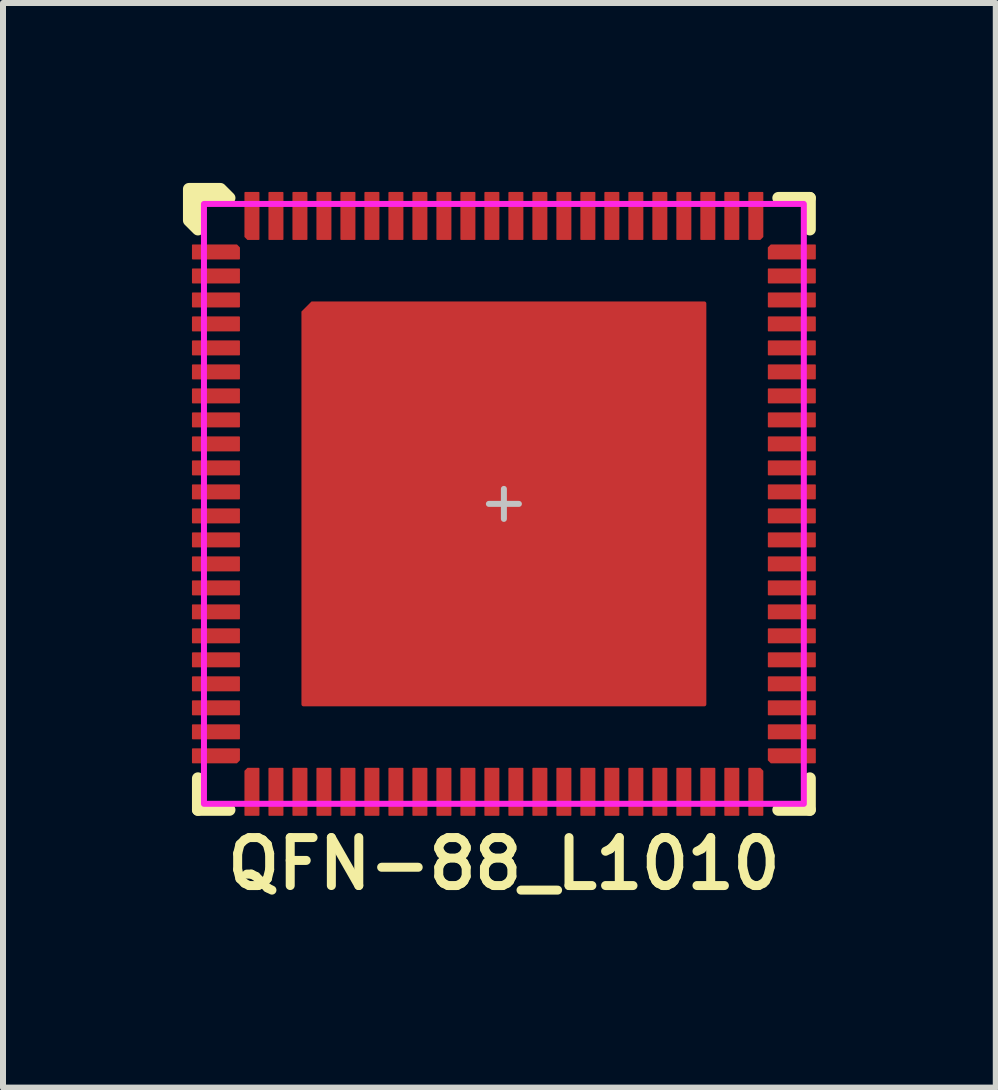
<source format=kicad_pcb>
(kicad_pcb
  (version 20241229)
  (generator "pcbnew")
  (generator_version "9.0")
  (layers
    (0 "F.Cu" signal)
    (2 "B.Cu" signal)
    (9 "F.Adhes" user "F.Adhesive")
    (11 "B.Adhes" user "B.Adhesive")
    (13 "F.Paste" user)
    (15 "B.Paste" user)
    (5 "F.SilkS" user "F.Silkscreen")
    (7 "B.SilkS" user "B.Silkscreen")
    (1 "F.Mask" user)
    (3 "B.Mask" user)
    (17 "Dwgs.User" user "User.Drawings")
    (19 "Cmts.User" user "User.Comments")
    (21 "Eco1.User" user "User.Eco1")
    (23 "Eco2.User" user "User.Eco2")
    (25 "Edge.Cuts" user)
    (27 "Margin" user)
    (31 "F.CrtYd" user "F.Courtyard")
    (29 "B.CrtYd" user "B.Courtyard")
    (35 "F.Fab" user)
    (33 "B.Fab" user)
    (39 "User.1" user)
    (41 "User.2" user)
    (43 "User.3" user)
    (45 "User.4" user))
  (footprint "QFN-88_L1010"
    (layer "F.Cu")
    (at 5.35 5.35)
    (property "Reference" "QFN-88_L1010" (at 0 6 0) (unlocked yes) (layer "F.SilkS") (effects (font (size 0.8 0.8) (thickness 0.15))))
    (attr smd)
    (fp_line (start -5.1 4.575) (end -5.1 5.1) (stroke (width 0.2) (type solid)) (layer "F.SilkS"))
    (fp_line (start -5.1 5.1) (end -4.575 5.1) (stroke (width 0.2) (type solid)) (layer "F.SilkS"))
    (fp_line (start 4.575 5.1) (end 5.1 5.1) (stroke (width 0.2) (type solid)) (layer "F.SilkS"))
    (fp_line (start 5.1 -5.1) (end 4.575 -5.1) (stroke (width 0.2) (type solid)) (layer "F.SilkS"))
    (fp_line (start 5.1 -4.575) (end 5.1 -5.1) (stroke (width 0.2) (type solid)) (layer "F.SilkS"))
    (fp_line (start 5.1 5.1) (end 5.1 4.575) (stroke (width 0.2) (type solid)) (layer "F.SilkS"))
    (fp_poly (pts (xy -4.575 -5.1) (xy -5.1 -5.1) (xy -5.1 -4.575) (xy -5.25 -4.725) (xy -5.25 -5.25) (xy -4.725 -5.25)) (stroke (width 0.2) (type solid)) (fill yes) (layer "F.SilkS"))
    (fp_rect (start -3.25 -1.925) (end -2.05 -0.725) (stroke (width 0) (type solid)) (fill yes) (layer "F.Paste"))
    (fp_rect (start -3.25 -0.6) (end -2.05 0.6) (stroke (width 0) (type solid)) (fill yes) (layer "F.Paste"))
    (fp_rect (start -3.25 0.725) (end -2.05 1.925) (stroke (width 0) (type solid)) (fill yes) (layer "F.Paste"))
    (fp_rect (start -3.25 2.05) (end -2.05 3.25) (stroke (width 0) (type solid)) (fill yes) (layer "F.Paste"))
    (fp_rect (start -1.925 -3.25) (end -0.725 -2.05) (stroke (width 0) (type solid)) (fill yes) (layer "F.Paste"))
    (fp_rect (start -1.925 -1.925) (end -0.725 -0.725) (stroke (width 0) (type solid)) (fill yes) (layer "F.Paste"))
    (fp_rect (start -1.925 -0.6) (end -0.725 0.6) (stroke (width 0) (type solid)) (fill yes) (layer "F.Paste"))
    (fp_rect (start -1.925 0.725) (end -0.725 1.925) (stroke (width 0) (type solid)) (fill yes) (layer "F.Paste"))
    (fp_rect (start -1.925 2.05) (end -0.725 3.25) (stroke (width 0) (type solid)) (fill yes) (layer "F.Paste"))
    (fp_rect (start -0.6 -3.25) (end 0.6 -2.05) (stroke (width 0) (type solid)) (fill yes) (layer "F.Paste"))
    (fp_rect (start -0.6 -1.925) (end 0.6 -0.725) (stroke (width 0) (type solid)) (fill yes) (layer "F.Paste"))
    (fp_rect (start -0.6 -0.6) (end 0.6 0.6) (stroke (width 0) (type solid)) (fill yes) (layer "F.Paste"))
    (fp_rect (start -0.6 0.725) (end 0.6 1.925) (stroke (width 0) (type solid)) (fill yes) (layer "F.Paste"))
    (fp_rect (start -0.6 2.05) (end 0.6 3.25) (stroke (width 0) (type solid)) (fill yes) (layer "F.Paste"))
    (fp_rect (start 0.725 -3.25) (end 1.925 -2.05) (stroke (width 0) (type solid)) (fill yes) (layer "F.Paste"))
    (fp_rect (start 0.725 -1.925) (end 1.925 -0.725) (stroke (width 0) (type solid)) (fill yes) (layer "F.Paste"))
    (fp_rect (start 0.725 -0.6) (end 1.925 0.6) (stroke (width 0) (type solid)) (fill yes) (layer "F.Paste"))
    (fp_rect (start 0.725 0.725) (end 1.925 1.925) (stroke (width 0) (type solid)) (fill yes) (layer "F.Paste"))
    (fp_rect (start 0.725 2.05) (end 1.925 3.25) (stroke (width 0) (type solid)) (fill yes) (layer "F.Paste"))
    (fp_rect (start 2.05 -3.25) (end 3.25 -2.05) (stroke (width 0) (type solid)) (fill yes) (layer "F.Paste"))
    (fp_rect (start 2.05 -1.925) (end 3.25 -0.725) (stroke (width 0) (type solid)) (fill yes) (layer "F.Paste"))
    (fp_rect (start 2.05 -0.6) (end 3.25 0.6) (stroke (width 0) (type solid)) (fill yes) (layer "F.Paste"))
    (fp_rect (start 2.05 0.725) (end 3.25 1.925) (stroke (width 0) (type solid)) (fill yes) (layer "F.Paste"))
    (fp_rect (start 2.05 2.05) (end 3.25 3.25) (stroke (width 0) (type solid)) (fill yes) (layer "F.Paste"))
    (fp_poly (pts (xy -2.05 -2.05) (xy -3.25 -2.05) (xy -3.25 -3.125) (xy -3.125 -3.25) (xy -2.05 -3.25)) (stroke (width 0) (type solid)) (fill yes) (layer "F.Paste"))
    (fp_line (start -0.25 0) (end 0.25 0) (stroke (width 0.1) (type solid)) (layer "Dwgs.User"))
    (fp_line (start 0 -0.25) (end 0 0.25) (stroke (width 0.1) (type solid)) (layer "Dwgs.User"))
    (fp_rect (start -5 -5) (end 5 5) (stroke (width 0.1) (type solid)) (fill no) (layer "F.CrtYd"))
    (pad "1" smd roundrect (at -4.8 -4.2) (size 0.8 0.25) (layers "F.Cu" "F.Mask" "F.Paste") (roundrect_rratio 0.05) (chamfer_ratio 0.2) (chamfer top_right))
    (pad "2" smd roundrect (at -4.8 -3.8) (size 0.8 0.25) (layers "F.Cu" "F.Mask" "F.Paste") (roundrect_rratio 0.05))
    (pad "3" smd roundrect (at -4.8 -3.4) (size 0.8 0.25) (layers "F.Cu" "F.Mask" "F.Paste") (roundrect_rratio 0.05))
    (pad "4" smd roundrect (at -4.8 -3) (size 0.8 0.25) (layers "F.Cu" "F.Mask" "F.Paste") (roundrect_rratio 0.05))
    (pad "5" smd roundrect (at -4.8 -2.6) (size 0.8 0.25) (layers "F.Cu" "F.Mask" "F.Paste") (roundrect_rratio 0.05))
    (pad "6" smd roundrect (at -4.8 -2.2) (size 0.8 0.25) (layers "F.Cu" "F.Mask" "F.Paste") (roundrect_rratio 0.05))
    (pad "7" smd roundrect (at -4.8 -1.8) (size 0.8 0.25) (layers "F.Cu" "F.Mask" "F.Paste") (roundrect_rratio 0.05))
    (pad "8" smd roundrect (at -4.8 -1.4) (size 0.8 0.25) (layers "F.Cu" "F.Mask" "F.Paste") (roundrect_rratio 0.05))
    (pad "9" smd roundrect (at -4.8 -1) (size 0.8 0.25) (layers "F.Cu" "F.Mask" "F.Paste") (roundrect_rratio 0.05))
    (pad "10" smd roundrect (at -4.8 -0.6) (size 0.8 0.25) (layers "F.Cu" "F.Mask" "F.Paste") (roundrect_rratio 0.05))
    (pad "11" smd roundrect (at -4.8 -0.2) (size 0.8 0.25) (layers "F.Cu" "F.Mask" "F.Paste") (roundrect_rratio 0.05))
    (pad "12" smd roundrect (at -4.8 0.2) (size 0.8 0.25) (layers "F.Cu" "F.Mask" "F.Paste") (roundrect_rratio 0.05))
    (pad "13" smd roundrect (at -4.8 0.6) (size 0.8 0.25) (layers "F.Cu" "F.Mask" "F.Paste") (roundrect_rratio 0.05))
    (pad "14" smd roundrect (at -4.8 1) (size 0.8 0.25) (layers "F.Cu" "F.Mask" "F.Paste") (roundrect_rratio 0.05))
    (pad "15" smd roundrect (at -4.8 1.4) (size 0.8 0.25) (layers "F.Cu" "F.Mask" "F.Paste") (roundrect_rratio 0.05))
    (pad "16" smd roundrect (at -4.8 1.8) (size 0.8 0.25) (layers "F.Cu" "F.Mask" "F.Paste") (roundrect_rratio 0.05))
    (pad "17" smd roundrect (at -4.8 2.2) (size 0.8 0.25) (layers "F.Cu" "F.Mask" "F.Paste") (roundrect_rratio 0.05))
    (pad "18" smd roundrect (at -4.8 2.6) (size 0.8 0.25) (layers "F.Cu" "F.Mask" "F.Paste") (roundrect_rratio 0.05))
    (pad "19" smd roundrect (at -4.8 3) (size 0.8 0.25) (layers "F.Cu" "F.Mask" "F.Paste") (roundrect_rratio 0.05))
    (pad "20" smd roundrect (at -4.8 3.4) (size 0.8 0.25) (layers "F.Cu" "F.Mask" "F.Paste") (roundrect_rratio 0.05))
    (pad "21" smd roundrect (at -4.8 3.8) (size 0.8 0.25) (layers "F.Cu" "F.Mask" "F.Paste") (roundrect_rratio 0.05))
    (pad "22" smd roundrect (at -4.8 4.2) (size 0.8 0.25) (layers "F.Cu" "F.Mask" "F.Paste") (roundrect_rratio 0.05) (chamfer_ratio 0.2) (chamfer bottom_right))
    (pad "23" smd roundrect (at -4.2 4.8 90) (size 0.8 0.25) (layers "F.Cu" "F.Mask" "F.Paste") (roundrect_rratio 0.05) (chamfer_ratio 0.2) (chamfer top_right))
    (pad "24" smd roundrect (at -3.8 4.8 90) (size 0.8 0.25) (layers "F.Cu" "F.Mask" "F.Paste") (roundrect_rratio 0.05))
    (pad "25" smd roundrect (at -3.4 4.8 90) (size 0.8 0.25) (layers "F.Cu" "F.Mask" "F.Paste") (roundrect_rratio 0.05))
    (pad "26" smd roundrect (at -3 4.8 90) (size 0.8 0.25) (layers "F.Cu" "F.Mask" "F.Paste") (roundrect_rratio 0.05))
    (pad "27" smd roundrect (at -2.6 4.8 90) (size 0.8 0.25) (layers "F.Cu" "F.Mask" "F.Paste") (roundrect_rratio 0.05))
    (pad "28" smd roundrect (at -2.2 4.8 90) (size 0.8 0.25) (layers "F.Cu" "F.Mask" "F.Paste") (roundrect_rratio 0.05))
    (pad "29" smd roundrect (at -1.8 4.8 90) (size 0.8 0.25) (layers "F.Cu" "F.Mask" "F.Paste") (roundrect_rratio 0.05))
    (pad "30" smd roundrect (at -1.4 4.8 90) (size 0.8 0.25) (layers "F.Cu" "F.Mask" "F.Paste") (roundrect_rratio 0.05))
    (pad "31" smd roundrect (at -1 4.8 90) (size 0.8 0.25) (layers "F.Cu" "F.Mask" "F.Paste") (roundrect_rratio 0.05))
    (pad "32" smd roundrect (at -0.6 4.8 90) (size 0.8 0.25) (layers "F.Cu" "F.Mask" "F.Paste") (roundrect_rratio 0.05))
    (pad "33" smd roundrect (at -0.2 4.8 90) (size 0.8 0.25) (layers "F.Cu" "F.Mask" "F.Paste") (roundrect_rratio 0.05))
    (pad "34" smd roundrect (at 0.2 4.8 90) (size 0.8 0.25) (layers "F.Cu" "F.Mask" "F.Paste") (roundrect_rratio 0.05))
    (pad "35" smd roundrect (at 0.6 4.8 90) (size 0.8 0.25) (layers "F.Cu" "F.Mask" "F.Paste") (roundrect_rratio 0.05))
    (pad "36" smd roundrect (at 1 4.8 90) (size 0.8 0.25) (layers "F.Cu" "F.Mask" "F.Paste") (roundrect_rratio 0.05))
    (pad "37" smd roundrect (at 1.4 4.8 90) (size 0.8 0.25) (layers "F.Cu" "F.Mask" "F.Paste") (roundrect_rratio 0.05))
    (pad "38" smd roundrect (at 1.8 4.8 90) (size 0.8 0.25) (layers "F.Cu" "F.Mask" "F.Paste") (roundrect_rratio 0.05))
    (pad "39" smd roundrect (at 2.2 4.8 90) (size 0.8 0.25) (layers "F.Cu" "F.Mask" "F.Paste") (roundrect_rratio 0.05))
    (pad "40" smd roundrect (at 2.6 4.8 90) (size 0.8 0.25) (layers "F.Cu" "F.Mask" "F.Paste") (roundrect_rratio 0.05))
    (pad "41" smd roundrect (at 3 4.8 90) (size 0.8 0.25) (layers "F.Cu" "F.Mask" "F.Paste") (roundrect_rratio 0.05))
    (pad "42" smd roundrect (at 3.4 4.8 90) (size 0.8 0.25) (layers "F.Cu" "F.Mask" "F.Paste") (roundrect_rratio 0.05))
    (pad "43" smd roundrect (at 3.8 4.8 90) (size 0.8 0.25) (layers "F.Cu" "F.Mask" "F.Paste") (roundrect_rratio 0.05))
    (pad "44" smd roundrect (at 4.2 4.8 90) (size 0.8 0.25) (layers "F.Cu" "F.Mask" "F.Paste") (roundrect_rratio 0.05) (chamfer_ratio 0.2) (chamfer bottom_right))
    (pad "45" smd roundrect (at 4.8 4.2) (size 0.8 0.25) (layers "F.Cu" "F.Mask" "F.Paste") (roundrect_rratio 0.05) (chamfer_ratio 0.2) (chamfer bottom_left))
    (pad "46" smd roundrect (at 4.8 3.8) (size 0.8 0.25) (layers "F.Cu" "F.Mask" "F.Paste") (roundrect_rratio 0.05))
    (pad "47" smd roundrect (at 4.8 3.4) (size 0.8 0.25) (layers "F.Cu" "F.Mask" "F.Paste") (roundrect_rratio 0.05))
    (pad "48" smd roundrect (at 4.8 3) (size 0.8 0.25) (layers "F.Cu" "F.Mask" "F.Paste") (roundrect_rratio 0.05))
    (pad "49" smd roundrect (at 4.8 2.6) (size 0.8 0.25) (layers "F.Cu" "F.Mask" "F.Paste") (roundrect_rratio 0.05))
    (pad "50" smd roundrect (at 4.8 2.2) (size 0.8 0.25) (layers "F.Cu" "F.Mask" "F.Paste") (roundrect_rratio 0.05))
    (pad "51" smd roundrect (at 4.8 1.8) (size 0.8 0.25) (layers "F.Cu" "F.Mask" "F.Paste") (roundrect_rratio 0.05))
    (pad "52" smd roundrect (at 4.8 1.4) (size 0.8 0.25) (layers "F.Cu" "F.Mask" "F.Paste") (roundrect_rratio 0.05))
    (pad "53" smd roundrect (at 4.8 1) (size 0.8 0.25) (layers "F.Cu" "F.Mask" "F.Paste") (roundrect_rratio 0.05))
    (pad "54" smd roundrect (at 4.8 0.6) (size 0.8 0.25) (layers "F.Cu" "F.Mask" "F.Paste") (roundrect_rratio 0.05))
    (pad "55" smd roundrect (at 4.8 0.2) (size 0.8 0.25) (layers "F.Cu" "F.Mask" "F.Paste") (roundrect_rratio 0.05))
    (pad "56" smd roundrect (at 4.8 -0.2) (size 0.8 0.25) (layers "F.Cu" "F.Mask" "F.Paste") (roundrect_rratio 0.05))
    (pad "57" smd roundrect (at 4.8 -0.6) (size 0.8 0.25) (layers "F.Cu" "F.Mask" "F.Paste") (roundrect_rratio 0.05))
    (pad "58" smd roundrect (at 4.8 -1) (size 0.8 0.25) (layers "F.Cu" "F.Mask" "F.Paste") (roundrect_rratio 0.05))
    (pad "59" smd roundrect (at 4.8 -1.4) (size 0.8 0.25) (layers "F.Cu" "F.Mask" "F.Paste") (roundrect_rratio 0.05))
    (pad "60" smd roundrect (at 4.8 -1.8) (size 0.8 0.25) (layers "F.Cu" "F.Mask" "F.Paste") (roundrect_rratio 0.05))
    (pad "61" smd roundrect (at 4.8 -2.2) (size 0.8 0.25) (layers "F.Cu" "F.Mask" "F.Paste") (roundrect_rratio 0.05))
    (pad "62" smd roundrect (at 4.8 -2.6) (size 0.8 0.25) (layers "F.Cu" "F.Mask" "F.Paste") (roundrect_rratio 0.05))
    (pad "63" smd roundrect (at 4.8 -3) (size 0.8 0.25) (layers "F.Cu" "F.Mask" "F.Paste") (roundrect_rratio 0.05))
    (pad "64" smd roundrect (at 4.8 -3.4) (size 0.8 0.25) (layers "F.Cu" "F.Mask" "F.Paste") (roundrect_rratio 0.05))
    (pad "65" smd roundrect (at 4.8 -3.8) (size 0.8 0.25) (layers "F.Cu" "F.Mask" "F.Paste") (roundrect_rratio 0.05))
    (pad "66" smd roundrect (at 4.8 -4.2) (size 0.8 0.25) (layers "F.Cu" "F.Mask" "F.Paste") (roundrect_rratio 0.05) (chamfer_ratio 0.2) (chamfer top_left))
    (pad "67" smd roundrect (at 4.2 -4.8 90) (size 0.8 0.25) (layers "F.Cu" "F.Mask" "F.Paste") (roundrect_rratio 0.05) (chamfer_ratio 0.2) (chamfer bottom_left))
    (pad "68" smd roundrect (at 3.8 -4.8 90) (size 0.8 0.25) (layers "F.Cu" "F.Mask" "F.Paste") (roundrect_rratio 0.05))
    (pad "69" smd roundrect (at 3.4 -4.8 90) (size 0.8 0.25) (layers "F.Cu" "F.Mask" "F.Paste") (roundrect_rratio 0.05))
    (pad "70" smd roundrect (at 3 -4.8 90) (size 0.8 0.25) (layers "F.Cu" "F.Mask" "F.Paste") (roundrect_rratio 0.05))
    (pad "71" smd roundrect (at 2.6 -4.8 90) (size 0.8 0.25) (layers "F.Cu" "F.Mask" "F.Paste") (roundrect_rratio 0.05))
    (pad "72" smd roundrect (at 2.2 -4.8 90) (size 0.8 0.25) (layers "F.Cu" "F.Mask" "F.Paste") (roundrect_rratio 0.05))
    (pad "73" smd roundrect (at 1.8 -4.8 90) (size 0.8 0.25) (layers "F.Cu" "F.Mask" "F.Paste") (roundrect_rratio 0.05))
    (pad "74" smd roundrect (at 1.4 -4.8 90) (size 0.8 0.25) (layers "F.Cu" "F.Mask" "F.Paste") (roundrect_rratio 0.05))
    (pad "75" smd roundrect (at 1 -4.8 90) (size 0.8 0.25) (layers "F.Cu" "F.Mask" "F.Paste") (roundrect_rratio 0.05))
    (pad "76" smd roundrect (at 0.6 -4.8 90) (size 0.8 0.25) (layers "F.Cu" "F.Mask" "F.Paste") (roundrect_rratio 0.05))
    (pad "77" smd roundrect (at 0.2 -4.8 90) (size 0.8 0.25) (layers "F.Cu" "F.Mask" "F.Paste") (roundrect_rratio 0.05))
    (pad "78" smd roundrect (at -0.2 -4.8 90) (size 0.8 0.25) (layers "F.Cu" "F.Mask" "F.Paste") (roundrect_rratio 0.05))
    (pad "79" smd roundrect (at -0.6 -4.8 90) (size 0.8 0.25) (layers "F.Cu" "F.Mask" "F.Paste") (roundrect_rratio 0.05))
    (pad "80" smd roundrect (at -1 -4.8 90) (size 0.8 0.25) (layers "F.Cu" "F.Mask" "F.Paste") (roundrect_rratio 0.05))
    (pad "81" smd roundrect (at -1.4 -4.8 90) (size 0.8 0.25) (layers "F.Cu" "F.Mask" "F.Paste") (roundrect_rratio 0.05))
    (pad "82" smd roundrect (at -1.8 -4.8 90) (size 0.8 0.25) (layers "F.Cu" "F.Mask" "F.Paste") (roundrect_rratio 0.05))
    (pad "83" smd roundrect (at -2.2 -4.8 90) (size 0.8 0.25) (layers "F.Cu" "F.Mask" "F.Paste") (roundrect_rratio 0.05))
    (pad "84" smd roundrect (at -2.6 -4.8 90) (size 0.8 0.25) (layers "F.Cu" "F.Mask" "F.Paste") (roundrect_rratio 0.05))
    (pad "85" smd roundrect (at -3 -4.8 90) (size 0.8 0.25) (layers "F.Cu" "F.Mask" "F.Paste") (roundrect_rratio 0.05))
    (pad "86" smd roundrect (at -3.4 -4.8 90) (size 0.8 0.25) (layers "F.Cu" "F.Mask" "F.Paste") (roundrect_rratio 0.05))
    (pad "87" smd roundrect (at -3.8 -4.8 90) (size 0.8 0.25) (layers "F.Cu" "F.Mask" "F.Paste") (roundrect_rratio 0.05))
    (pad "88" smd roundrect (at -4.2 -4.8 90) (size 0.8 0.25) (layers "F.Cu" "F.Mask" "F.Paste") (roundrect_rratio 0.05) (chamfer_ratio 0.2) (chamfer top_left))
    (pad "EP" smd roundrect (at 0 0) (size 6.75 6.75) (layers "F.Cu" "F.Mask") (roundrect_rratio 0.005) (chamfer_ratio 0.025) (chamfer top_left)))
  (gr_rect
    (start -3 -3)
    (end 13.55 15.081)
    (stroke (width 0.1) (type default))
    (fill no)
    (layer "Edge.Cuts")))
</source>
